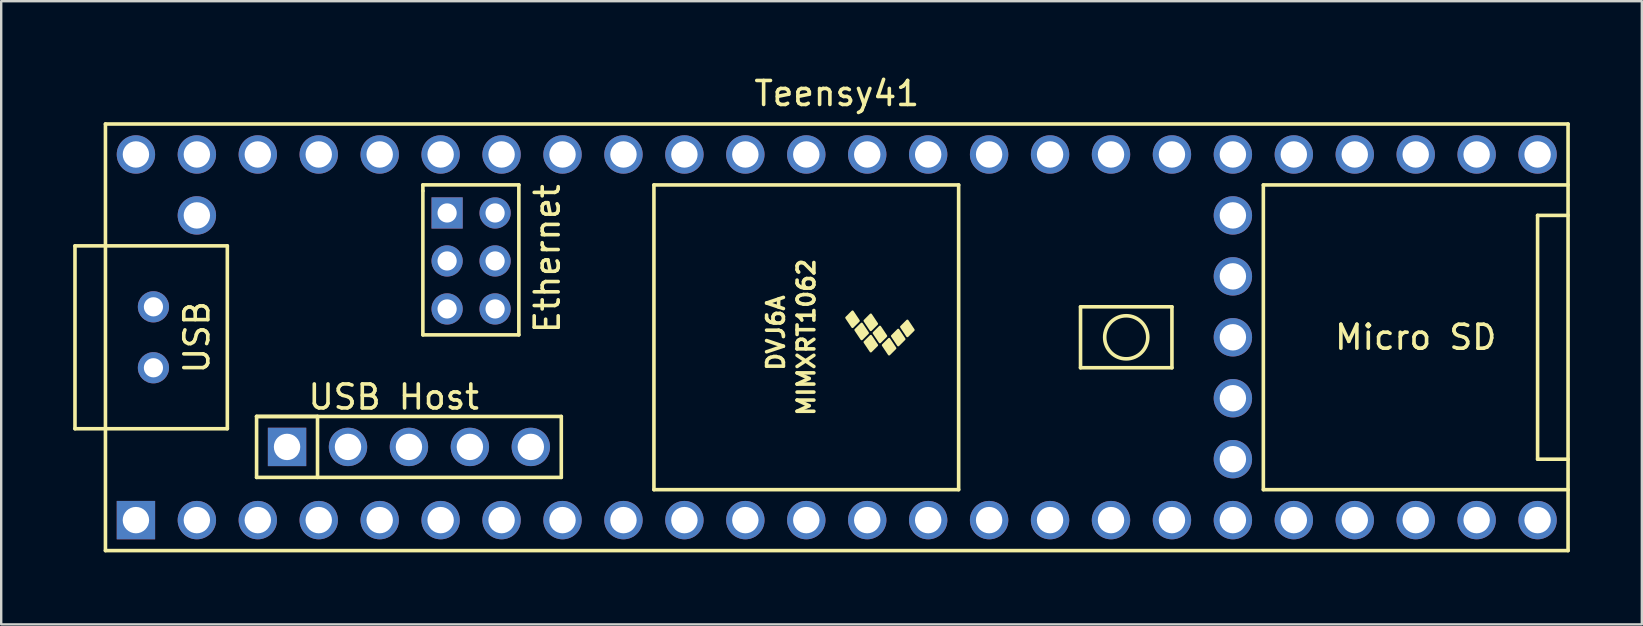
<source format=kicad_pcb>
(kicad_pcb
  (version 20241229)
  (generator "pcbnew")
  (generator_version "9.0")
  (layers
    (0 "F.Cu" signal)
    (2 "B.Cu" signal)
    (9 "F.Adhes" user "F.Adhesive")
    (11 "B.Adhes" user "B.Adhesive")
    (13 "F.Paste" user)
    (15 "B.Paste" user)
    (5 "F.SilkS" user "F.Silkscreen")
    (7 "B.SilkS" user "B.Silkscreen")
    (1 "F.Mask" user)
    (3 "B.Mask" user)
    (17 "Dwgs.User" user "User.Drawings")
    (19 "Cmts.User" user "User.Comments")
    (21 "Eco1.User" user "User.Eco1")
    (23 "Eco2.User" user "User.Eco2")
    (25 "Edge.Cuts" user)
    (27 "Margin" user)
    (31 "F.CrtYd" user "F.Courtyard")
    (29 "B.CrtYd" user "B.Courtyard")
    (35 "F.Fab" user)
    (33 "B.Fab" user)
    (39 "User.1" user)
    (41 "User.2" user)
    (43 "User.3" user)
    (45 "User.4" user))
  (footprint "Teensy41"
    (layer "F.Cu")
    (at 31.825 11.008)
    (property "Reference" "Teensy41" (at 0 -10.16 0) (layer "F.SilkS") (effects (font (size 1 1) (thickness 0.15))))
    (attr through_hole)
    (fp_line (start -31.75 -3.81) (end -30.48 -3.81) (stroke (width 0.15) (type solid)) (layer "F.SilkS"))
    (fp_line (start -31.75 3.81) (end -31.75 -3.81) (stroke (width 0.15) (type solid)) (layer "F.SilkS"))
    (fp_line (start -30.48 -8.89) (end 30.48 -8.89) (stroke (width 0.15) (type solid)) (layer "F.SilkS"))
    (fp_line (start -30.48 3.81) (end -31.75 3.81) (stroke (width 0.15) (type solid)) (layer "F.SilkS"))
    (fp_line (start -30.48 8.89) (end -30.48 -8.89) (stroke (width 0.15) (type solid)) (layer "F.SilkS"))
    (fp_line (start -25.4 -3.81) (end -30.48 -3.81) (stroke (width 0.15) (type solid)) (layer "F.SilkS"))
    (fp_line (start -25.4 3.81) (end -30.48 3.81) (stroke (width 0.15) (type solid)) (layer "F.SilkS"))
    (fp_line (start -25.4 3.81) (end -25.4 -3.81) (stroke (width 0.15) (type solid)) (layer "F.SilkS"))
    (fp_line (start -24.181 3.299) (end -21.641 3.299) (stroke (width 0.15) (type solid)) (layer "F.SilkS"))
    (fp_line (start -24.181 3.299) (end -11.481 3.299) (stroke (width 0.15) (type solid)) (layer "F.SilkS"))
    (fp_line (start -24.181 5.839) (end -24.181 3.299) (stroke (width 0.15) (type solid)) (layer "F.SilkS"))
    (fp_line (start -21.641 3.299) (end -21.641 5.839) (stroke (width 0.15) (type solid)) (layer "F.SilkS"))
    (fp_line (start -17.25 -6.352) (end -17.25 -6.102) (stroke (width 0.15) (type solid)) (layer "F.SilkS"))
    (fp_line (start -17.25 -6.102) (end -17.25 -0.102) (stroke (width 0.15) (type solid)) (layer "F.SilkS"))
    (fp_line (start -17.25 -0.102) (end -13.25 -0.102) (stroke (width 0.15) (type solid)) (layer "F.SilkS"))
    (fp_line (start -13.25 -6.352) (end -17.25 -6.352) (stroke (width 0.15) (type solid)) (layer "F.SilkS"))
    (fp_line (start -13.25 -0.102) (end -13.25 -6.352) (stroke (width 0.15) (type solid)) (layer "F.SilkS"))
    (fp_line (start -11.481 3.299) (end -11.481 5.839) (stroke (width 0.15) (type solid)) (layer "F.SilkS"))
    (fp_line (start -11.481 5.839) (end -24.181 5.839) (stroke (width 0.15) (type solid)) (layer "F.SilkS"))
    (fp_line (start -7.62 -6.35) (end -7.62 6.35) (stroke (width 0.15) (type solid)) (layer "F.SilkS"))
    (fp_line (start -7.62 6.35) (end 5.08 6.35) (stroke (width 0.15) (type solid)) (layer "F.SilkS"))
    (fp_line (start 5.08 -6.35) (end -7.62 -6.35) (stroke (width 0.15) (type solid)) (layer "F.SilkS"))
    (fp_line (start 5.08 6.35) (end 5.08 -6.35) (stroke (width 0.15) (type solid)) (layer "F.SilkS"))
    (fp_line (start 10.16 -1.27) (end 13.97 -1.27) (stroke (width 0.15) (type solid)) (layer "F.SilkS"))
    (fp_line (start 10.16 1.27) (end 10.16 -1.27) (stroke (width 0.15) (type solid)) (layer "F.SilkS"))
    (fp_line (start 13.97 -1.27) (end 13.97 1.27) (stroke (width 0.15) (type solid)) (layer "F.SilkS"))
    (fp_line (start 13.97 1.27) (end 10.16 1.27) (stroke (width 0.15) (type solid)) (layer "F.SilkS"))
    (fp_line (start 17.78 -6.35) (end 17.78 6.35) (stroke (width 0.15) (type solid)) (layer "F.SilkS"))
    (fp_line (start 17.78 6.35) (end 30.48 6.35) (stroke (width 0.15) (type solid)) (layer "F.SilkS"))
    (fp_line (start 29.21 -5.08) (end 29.21 5.08) (stroke (width 0.15) (type solid)) (layer "F.SilkS"))
    (fp_line (start 29.21 5.08) (end 30.48 5.08) (stroke (width 0.15) (type solid)) (layer "F.SilkS"))
    (fp_line (start 30.48 -8.89) (end 30.48 8.89) (stroke (width 0.15) (type solid)) (layer "F.SilkS"))
    (fp_line (start 30.48 -6.35) (end 17.78 -6.35) (stroke (width 0.15) (type solid)) (layer "F.SilkS"))
    (fp_line (start 30.48 -5.08) (end 29.21 -5.08) (stroke (width 0.15) (type solid)) (layer "F.SilkS"))
    (fp_line (start 30.48 8.89) (end -30.48 8.89) (stroke (width 0.15) (type solid)) (layer "F.SilkS"))
    (fp_circle (center 12.065 0) (end 12.7 -0.635) (stroke (width 0.15) (type solid)) (fill no) (layer "F.SilkS"))
    (fp_poly (pts (xy 0.911 -0.688) (xy 0.657 -0.434) (xy 0.403 -0.815) (xy 0.657 -1.069)) (stroke (width 0.1) (type solid)) (fill yes) (layer "F.SilkS"))
    (fp_poly (pts (xy 1.292 -0.18) (xy 1.038 0.074) (xy 0.784 -0.307) (xy 1.038 -0.561)) (stroke (width 0.1) (type solid)) (fill yes) (layer "F.SilkS"))
    (fp_poly (pts (xy 1.673 -0.561) (xy 1.419 -0.307) (xy 1.165 -0.688) (xy 1.419 -0.942)) (stroke (width 0.1) (type solid)) (fill yes) (layer "F.SilkS"))
    (fp_poly (pts (xy 1.673 0.328) (xy 1.419 0.582) (xy 1.165 0.201) (xy 1.419 -0.053)) (stroke (width 0.1) (type solid)) (fill yes) (layer "F.SilkS"))
    (fp_poly (pts (xy 2.054 -0.053) (xy 1.8 0.201) (xy 1.546 -0.18) (xy 1.8 -0.434)) (stroke (width 0.1) (type solid)) (fill yes) (layer "F.SilkS"))
    (fp_poly (pts (xy 2.435 0.455) (xy 2.181 0.709) (xy 1.927 0.328) (xy 2.181 0.074)) (stroke (width 0.1) (type solid)) (fill yes) (layer "F.SilkS"))
    (fp_poly (pts (xy 2.816 0.074) (xy 2.562 0.328) (xy 2.308 -0.053) (xy 2.562 -0.307)) (stroke (width 0.1) (type solid)) (fill yes) (layer "F.SilkS"))
    (fp_poly (pts (xy 3.197 -0.307) (xy 2.943 -0.053) (xy 2.689 -0.434) (xy 2.943 -0.688)) (stroke (width 0.1) (type solid)) (fill yes) (layer "F.SilkS"))
    (fp_text user "DVJ6A" (at -2.54 -0.18 270) (layer "F.SilkS") (effects (font (size 0.7 0.7) (thickness 0.15))))
    (fp_text user "MIMXRT1062" (at -1.27 0 270) (layer "F.SilkS") (effects (font (size 0.7 0.7) (thickness 0.15))))
    (fp_text user "Ethernet" (at -12.065 -3.277 90) (layer "F.SilkS") (effects (font (size 1 1) (thickness 0.15))))
    (fp_text user "Micro SD" (at 24.13 0 0) (layer "F.SilkS") (effects (font (size 1 1) (thickness 0.15))))
    (fp_text user "USB" (at -26.67 0 270) (layer "F.SilkS") (effects (font (size 1 1) (thickness 0.15))))
    (fp_text user "USB Host" (at -18.466 2.489 0) (layer "F.SilkS") (effects (font (size 1 1) (thickness 0.15))))
    (pad "1" thru_hole rect (at -29.21 7.62) (size 1.6 1.6) (drill 1.1) (layers "*.Cu" "*.Mask"))
    (pad "2" thru_hole circle (at -26.67 7.62) (size 1.6 1.6) (drill 1.1) (layers "*.Cu" "*.Mask"))
    (pad "3" thru_hole circle (at -24.13 7.62) (size 1.6 1.6) (drill 1.1) (layers "*.Cu" "*.Mask"))
    (pad "4" thru_hole circle (at -21.59 7.62) (size 1.6 1.6) (drill 1.1) (layers "*.Cu" "*.Mask"))
    (pad "5" thru_hole circle (at -19.05 7.62) (size 1.6 1.6) (drill 1.1) (layers "*.Cu" "*.Mask"))
    (pad "6" thru_hole circle (at -16.51 7.62) (size 1.6 1.6) (drill 1.1) (layers "*.Cu" "*.Mask"))
    (pad "7" thru_hole circle (at -13.97 7.62) (size 1.6 1.6) (drill 1.1) (layers "*.Cu" "*.Mask"))
    (pad "8" thru_hole circle (at -11.43 7.62) (size 1.6 1.6) (drill 1.1) (layers "*.Cu" "*.Mask"))
    (pad "9" thru_hole circle (at -8.89 7.62) (size 1.6 1.6) (drill 1.1) (layers "*.Cu" "*.Mask"))
    (pad "10" thru_hole circle (at -6.35 7.62) (size 1.6 1.6) (drill 1.1) (layers "*.Cu" "*.Mask"))
    (pad "11" thru_hole circle (at -3.81 7.62) (size 1.6 1.6) (drill 1.1) (layers "*.Cu" "*.Mask"))
    (pad "12" thru_hole circle (at -1.27 7.62) (size 1.6 1.6) (drill 1.1) (layers "*.Cu" "*.Mask"))
    (pad "13" thru_hole circle (at 1.27 7.62) (size 1.6 1.6) (drill 1.1) (layers "*.Cu" "*.Mask"))
    (pad "14" thru_hole circle (at 3.81 7.62) (size 1.6 1.6) (drill 1.1) (layers "*.Cu" "*.Mask"))
    (pad "15" thru_hole circle (at 6.35 7.62) (size 1.6 1.6) (drill 1.1) (layers "*.Cu" "*.Mask"))
    (pad "16" thru_hole circle (at 8.89 7.62) (size 1.6 1.6) (drill 1.1) (layers "*.Cu" "*.Mask"))
    (pad "17" thru_hole circle (at 11.43 7.62) (size 1.6 1.6) (drill 1.1) (layers "*.Cu" "*.Mask"))
    (pad "18" thru_hole circle (at 13.97 7.62) (size 1.6 1.6) (drill 1.1) (layers "*.Cu" "*.Mask"))
    (pad "19" thru_hole circle (at 16.51 7.62) (size 1.6 1.6) (drill 1.1) (layers "*.Cu" "*.Mask"))
    (pad "20" thru_hole circle (at 19.05 7.62) (size 1.6 1.6) (drill 1.1) (layers "*.Cu" "*.Mask"))
    (pad "21" thru_hole circle (at 21.59 7.62) (size 1.6 1.6) (drill 1.1) (layers "*.Cu" "*.Mask"))
    (pad "22" thru_hole circle (at 24.13 7.62) (size 1.6 1.6) (drill 1.1) (layers "*.Cu" "*.Mask"))
    (pad "23" thru_hole circle (at 26.67 7.62) (size 1.6 1.6) (drill 1.1) (layers "*.Cu" "*.Mask"))
    (pad "24" thru_hole circle (at 29.21 7.62) (size 1.6 1.6) (drill 1.1) (layers "*.Cu" "*.Mask"))
    (pad "25" thru_hole circle (at 29.21 -7.62) (size 1.6 1.6) (drill 1.1) (layers "*.Cu" "*.Mask"))
    (pad "26" thru_hole circle (at 26.67 -7.62) (size 1.6 1.6) (drill 1.1) (layers "*.Cu" "*.Mask"))
    (pad "27" thru_hole circle (at 24.13 -7.62) (size 1.6 1.6) (drill 1.1) (layers "*.Cu" "*.Mask"))
    (pad "28" thru_hole circle (at 21.59 -7.62) (size 1.6 1.6) (drill 1.1) (layers "*.Cu" "*.Mask"))
    (pad "29" thru_hole circle (at 19.05 -7.62) (size 1.6 1.6) (drill 1.1) (layers "*.Cu" "*.Mask"))
    (pad "30" thru_hole circle (at 16.51 -7.62) (size 1.6 1.6) (drill 1.1) (layers "*.Cu" "*.Mask"))
    (pad "31" thru_hole circle (at 13.97 -7.62) (size 1.6 1.6) (drill 1.1) (layers "*.Cu" "*.Mask"))
    (pad "32" thru_hole circle (at 11.43 -7.62) (size 1.6 1.6) (drill 1.1) (layers "*.Cu" "*.Mask"))
    (pad "33" thru_hole circle (at 8.89 -7.62) (size 1.6 1.6) (drill 1.1) (layers "*.Cu" "*.Mask"))
    (pad "34" thru_hole circle (at 6.35 -7.62) (size 1.6 1.6) (drill 1.1) (layers "*.Cu" "*.Mask"))
    (pad "35" thru_hole circle (at 3.81 -7.62) (size 1.6 1.6) (drill 1.1) (layers "*.Cu" "*.Mask"))
    (pad "36" thru_hole circle (at 1.27 -7.62) (size 1.6 1.6) (drill 1.1) (layers "*.Cu" "*.Mask"))
    (pad "37" thru_hole circle (at -1.27 -7.62) (size 1.6 1.6) (drill 1.1) (layers "*.Cu" "*.Mask"))
    (pad "38" thru_hole circle (at -3.81 -7.62) (size 1.6 1.6) (drill 1.1) (layers "*.Cu" "*.Mask"))
    (pad "39" thru_hole circle (at -6.35 -7.62) (size 1.6 1.6) (drill 1.1) (layers "*.Cu" "*.Mask"))
    (pad "40" thru_hole circle (at -8.89 -7.62) (size 1.6 1.6) (drill 1.1) (layers "*.Cu" "*.Mask"))
    (pad "41" thru_hole circle (at -11.43 -7.62) (size 1.6 1.6) (drill 1.1) (layers "*.Cu" "*.Mask"))
    (pad "42" thru_hole circle (at -13.97 -7.62) (size 1.6 1.6) (drill 1.1) (layers "*.Cu" "*.Mask"))
    (pad "43" thru_hole circle (at -16.51 -7.62) (size 1.6 1.6) (drill 1.1) (layers "*.Cu" "*.Mask"))
    (pad "44" thru_hole circle (at -19.05 -7.62) (size 1.6 1.6) (drill 1.1) (layers "*.Cu" "*.Mask"))
    (pad "45" thru_hole circle (at -21.59 -7.62) (size 1.6 1.6) (drill 1.1) (layers "*.Cu" "*.Mask"))
    (pad "46" thru_hole circle (at -24.13 -7.62) (size 1.6 1.6) (drill 1.1) (layers "*.Cu" "*.Mask"))
    (pad "47" thru_hole circle (at -26.67 -7.62) (size 1.6 1.6) (drill 1.1) (layers "*.Cu" "*.Mask"))
    (pad "48" thru_hole circle (at -29.21 -7.62) (size 1.6 1.6) (drill 1.1) (layers "*.Cu" "*.Mask"))
    (pad "49" thru_hole circle (at -26.67 -5.08) (size 1.6 1.6) (drill 1.1) (layers "*.Cu" "*.Mask"))
    (pad "50" thru_hole circle (at 16.51 5.08) (size 1.6 1.6) (drill 1.1) (layers "*.Cu" "*.Mask"))
    (pad "51" thru_hole circle (at 16.51 2.54) (size 1.6 1.6) (drill 1.1) (layers "*.Cu" "*.Mask"))
    (pad "52" thru_hole circle (at 16.51 0) (size 1.6 1.6) (drill 1.1) (layers "*.Cu" "*.Mask"))
    (pad "53" thru_hole circle (at 16.51 -2.54) (size 1.6 1.6) (drill 1.1) (layers "*.Cu" "*.Mask"))
    (pad "54" thru_hole circle (at 16.51 -5.08) (size 1.6 1.6) (drill 1.1) (layers "*.Cu" "*.Mask"))
    (pad "55" thru_hole rect (at -22.911 4.569) (size 1.6 1.6) (drill 1.1) (layers "*.Cu" "*.Mask"))
    (pad "56" thru_hole circle (at -20.371 4.569) (size 1.6 1.6) (drill 1.1) (layers "*.Cu" "*.Mask"))
    (pad "57" thru_hole circle (at -17.831 4.569) (size 1.6 1.6) (drill 1.1) (layers "*.Cu" "*.Mask"))
    (pad "58" thru_hole circle (at -15.291 4.569) (size 1.6 1.6) (drill 1.1) (layers "*.Cu" "*.Mask"))
    (pad "59" thru_hole circle (at -12.751 4.569) (size 1.6 1.6) (drill 1.1) (layers "*.Cu" "*.Mask"))
    (pad "60" thru_hole rect (at -16.24 -5.182) (size 1.3 1.3) (drill 0.8) (layers "*.Cu" "*.Mask"))
    (pad "61" thru_hole circle (at -16.24 -3.182) (size 1.3 1.3) (drill 0.8) (layers "*.Cu" "*.Mask"))
    (pad "62" thru_hole circle (at -16.24 -1.182) (size 1.3 1.3) (drill 0.8) (layers "*.Cu" "*.Mask"))
    (pad "63" thru_hole circle (at -14.24 -1.182) (size 1.3 1.3) (drill 0.8) (layers "*.Cu" "*.Mask"))
    (pad "64" thru_hole circle (at -14.24 -3.182) (size 1.3 1.3) (drill 0.8) (layers "*.Cu" "*.Mask"))
    (pad "65" thru_hole circle (at -14.24 -5.182) (size 1.3 1.3) (drill 0.8) (layers "*.Cu" "*.Mask"))
    (pad "66" thru_hole circle (at -28.48 -1.27) (size 1.3 1.3) (drill 0.8) (layers "*.Cu" "*.Mask"))
    (pad "67" thru_hole circle (at -28.48 1.27) (size 1.3 1.3) (drill 0.8) (layers "*.Cu" "*.Mask")))
  (gr_rect
    (start -3 -3)
    (end 65.38 22.973)
    (stroke (width 0.1) (type default))
    (fill no)
    (layer "Edge.Cuts")))
</source>
